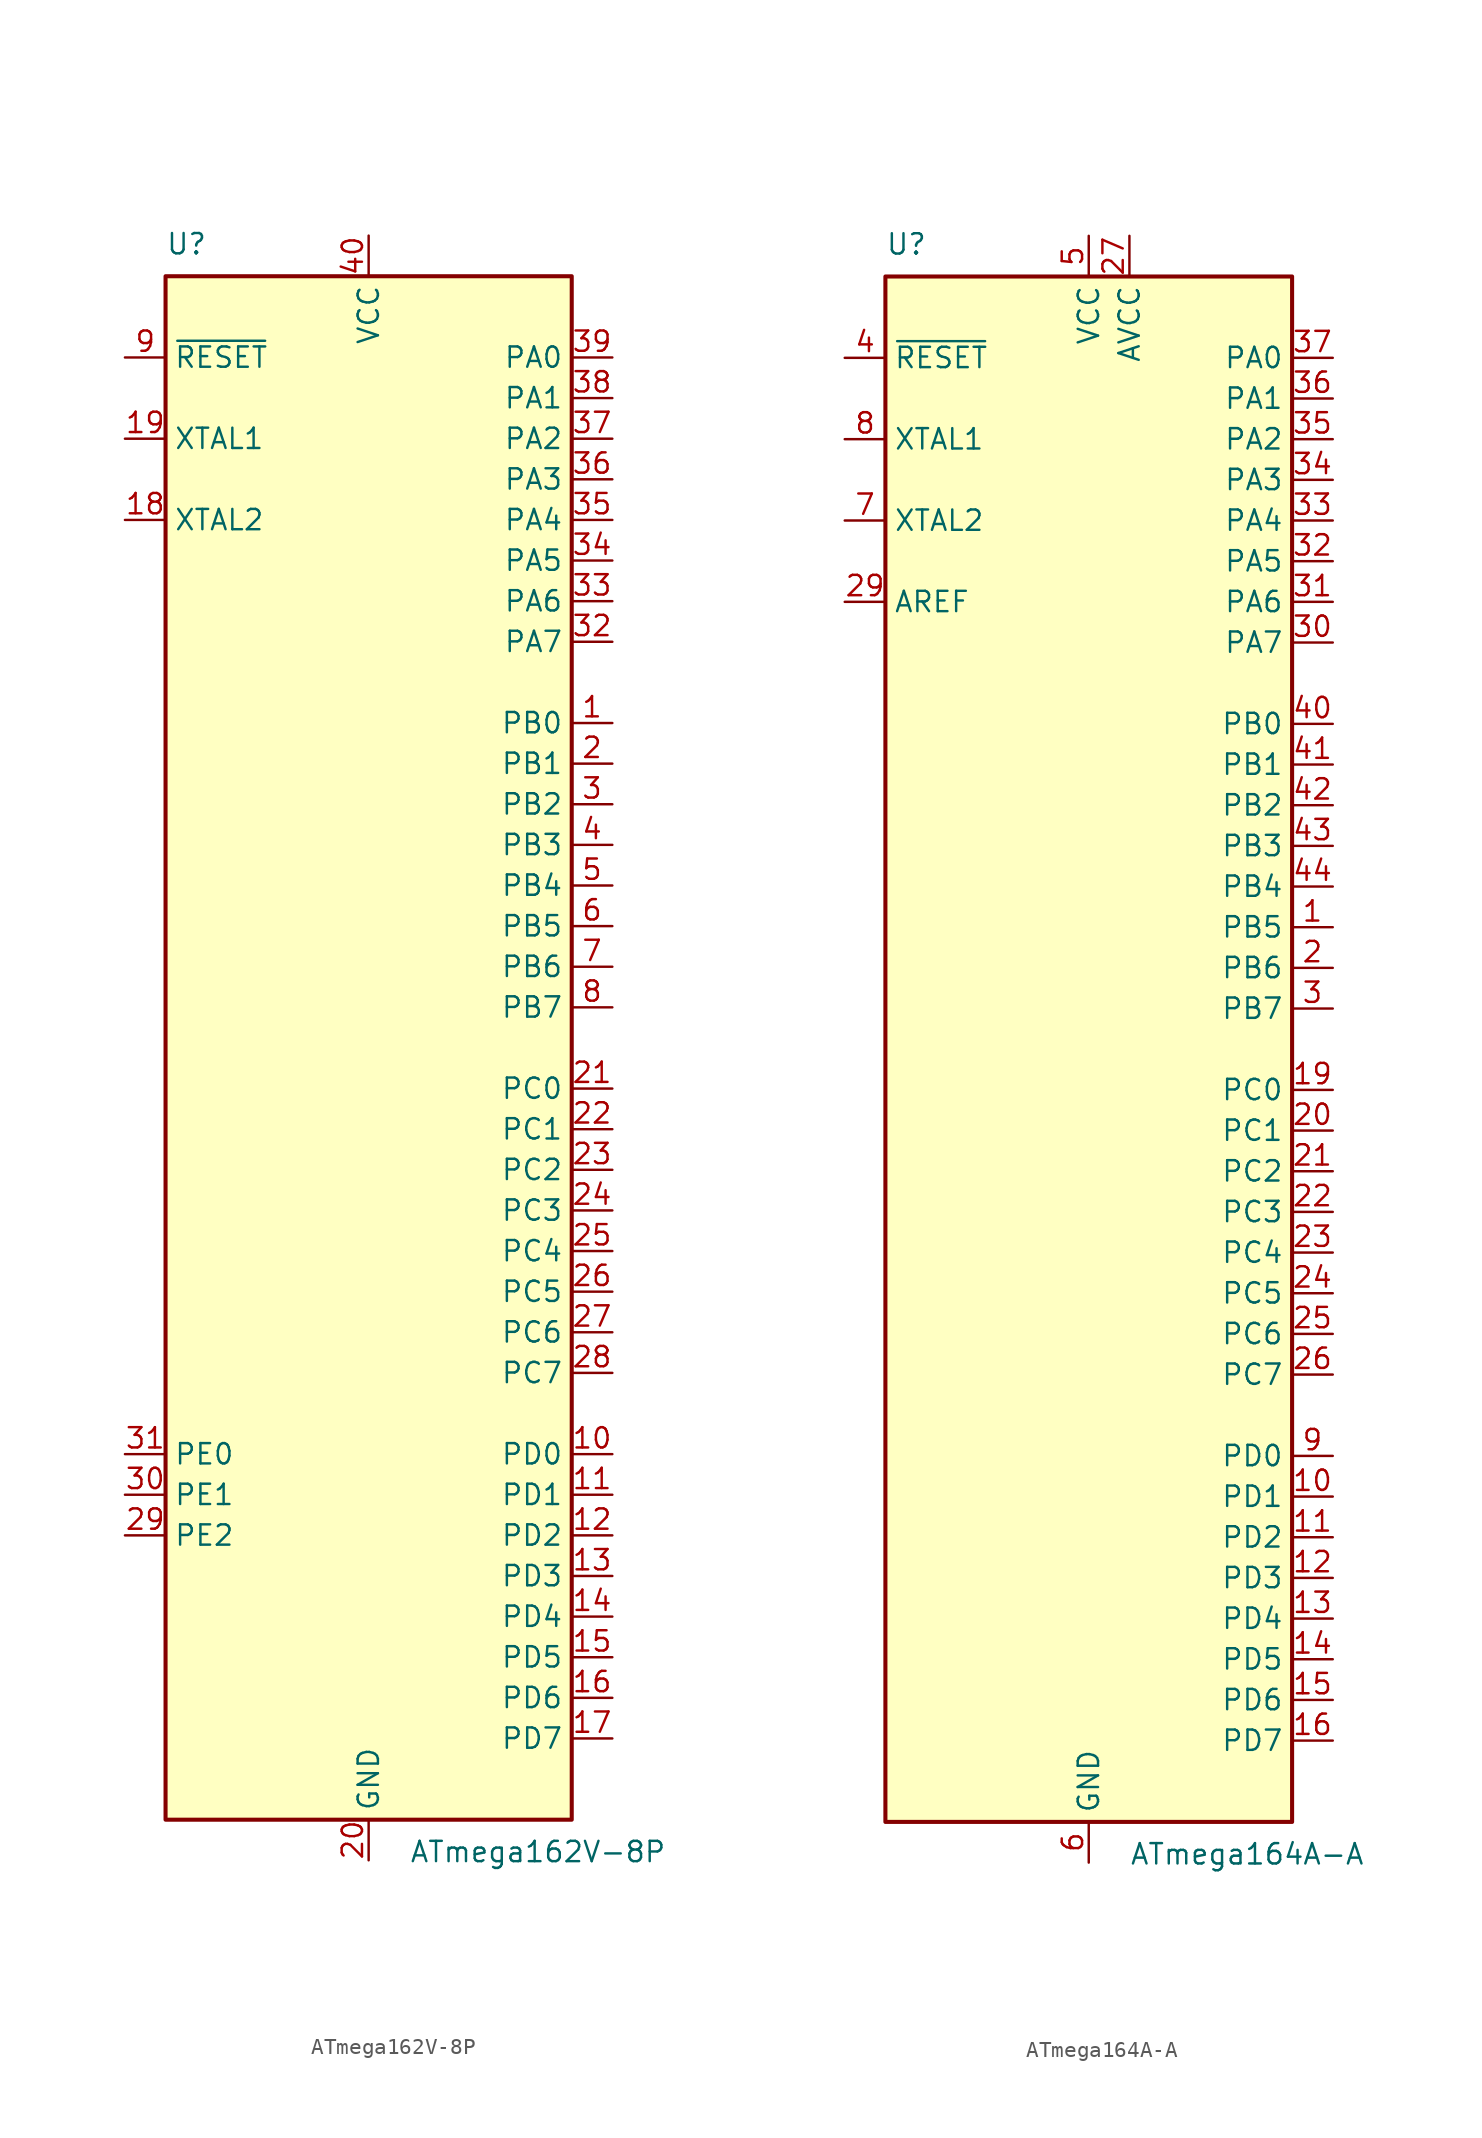
<source format=kicad_sym>
(kicad_symbol_lib
  (version 20201005)
  (generator kicad_symbol_editor)
  (symbol "MCU_Microchip_ATmega:ATmega162V-8P"
    (property "Reference" "U"
      (at -12.7 49.53 0)
      (effects (font (size 1.27 1.27)) (justify left bottom)))
    (property "Value" "ATmega162V-8P"
      (at 2.54 -49.53 0)
      (effects (font (size 1.27 1.27)) (justify left top)))
    (symbol "ATmega162V-8P_0_1"
      (rectangle (start -12.7 -48.26) (end 12.7 48.26) (stroke (width 0.254)) (fill (type background))))
    (symbol "ATmega162V-8P_1_1"
      (pin bidirectional line (at 15.24 20.32 180) (length 2.54) (name "PB0" (effects (font (size 1.27 1.27)))) (number "1" (effects (font (size 1.27 1.27)))))
      (pin bidirectional line (at 15.24 -25.4 180) (length 2.54) (name "PD0" (effects (font (size 1.27 1.27)))) (number "10" (effects (font (size 1.27 1.27)))))
      (pin bidirectional line (at 15.24 -27.94 180) (length 2.54) (name "PD1" (effects (font (size 1.27 1.27)))) (number "11" (effects (font (size 1.27 1.27)))))
      (pin bidirectional line (at 15.24 -30.48 180) (length 2.54) (name "PD2" (effects (font (size 1.27 1.27)))) (number "12" (effects (font (size 1.27 1.27)))))
      (pin bidirectional line (at 15.24 -33.02 180) (length 2.54) (name "PD3" (effects (font (size 1.27 1.27)))) (number "13" (effects (font (size 1.27 1.27)))))
      (pin bidirectional line (at 15.24 -35.56 180) (length 2.54) (name "PD4" (effects (font (size 1.27 1.27)))) (number "14" (effects (font (size 1.27 1.27)))))
      (pin bidirectional line (at 15.24 -38.1 180) (length 2.54) (name "PD5" (effects (font (size 1.27 1.27)))) (number "15" (effects (font (size 1.27 1.27)))))
      (pin bidirectional line (at 15.24 -40.64 180) (length 2.54) (name "PD6" (effects (font (size 1.27 1.27)))) (number "16" (effects (font (size 1.27 1.27)))))
      (pin bidirectional line (at 15.24 -43.18 180) (length 2.54) (name "PD7" (effects (font (size 1.27 1.27)))) (number "17" (effects (font (size 1.27 1.27)))))
      (pin output line (at -15.24 33.02 0) (length 2.54) (name "XTAL2" (effects (font (size 1.27 1.27)))) (number "18" (effects (font (size 1.27 1.27)))))
      (pin input line (at -15.24 38.1 0) (length 2.54) (name "XTAL1" (effects (font (size 1.27 1.27)))) (number "19" (effects (font (size 1.27 1.27)))))
      (pin bidirectional line (at 15.24 17.78 180) (length 2.54) (name "PB1" (effects (font (size 1.27 1.27)))) (number "2" (effects (font (size 1.27 1.27)))))
      (pin power_in line (at 0 -50.8 90) (length 2.54) (name "GND" (effects (font (size 1.27 1.27)))) (number "20" (effects (font (size 1.27 1.27)))))
      (pin bidirectional line (at 15.24 -2.54 180) (length 2.54) (name "PC0" (effects (font (size 1.27 1.27)))) (number "21" (effects (font (size 1.27 1.27)))))
      (pin bidirectional line (at 15.24 -5.08 180) (length 2.54) (name "PC1" (effects (font (size 1.27 1.27)))) (number "22" (effects (font (size 1.27 1.27)))))
      (pin bidirectional line (at 15.24 -7.62 180) (length 2.54) (name "PC2" (effects (font (size 1.27 1.27)))) (number "23" (effects (font (size 1.27 1.27)))))
      (pin bidirectional line (at 15.24 -10.16 180) (length 2.54) (name "PC3" (effects (font (size 1.27 1.27)))) (number "24" (effects (font (size 1.27 1.27)))))
      (pin bidirectional line (at 15.24 -12.7 180) (length 2.54) (name "PC4" (effects (font (size 1.27 1.27)))) (number "25" (effects (font (size 1.27 1.27)))))
      (pin bidirectional line (at 15.24 -15.24 180) (length 2.54) (name "PC5" (effects (font (size 1.27 1.27)))) (number "26" (effects (font (size 1.27 1.27)))))
      (pin bidirectional line (at 15.24 -17.78 180) (length 2.54) (name "PC6" (effects (font (size 1.27 1.27)))) (number "27" (effects (font (size 1.27 1.27)))))
      (pin bidirectional line (at 15.24 -20.32 180) (length 2.54) (name "PC7" (effects (font (size 1.27 1.27)))) (number "28" (effects (font (size 1.27 1.27)))))
      (pin bidirectional line (at -15.24 -30.48 0) (length 2.54) (name "PE2" (effects (font (size 1.27 1.27)))) (number "29" (effects (font (size 1.27 1.27)))))
      (pin bidirectional line (at 15.24 15.24 180) (length 2.54) (name "PB2" (effects (font (size 1.27 1.27)))) (number "3" (effects (font (size 1.27 1.27)))))
      (pin bidirectional line (at -15.24 -27.94 0) (length 2.54) (name "PE1" (effects (font (size 1.27 1.27)))) (number "30" (effects (font (size 1.27 1.27)))))
      (pin bidirectional line (at -15.24 -25.4 0) (length 2.54) (name "PE0" (effects (font (size 1.27 1.27)))) (number "31" (effects (font (size 1.27 1.27)))))
      (pin bidirectional line (at 15.24 25.4 180) (length 2.54) (name "PA7" (effects (font (size 1.27 1.27)))) (number "32" (effects (font (size 1.27 1.27)))))
      (pin bidirectional line (at 15.24 27.94 180) (length 2.54) (name "PA6" (effects (font (size 1.27 1.27)))) (number "33" (effects (font (size 1.27 1.27)))))
      (pin bidirectional line (at 15.24 30.48 180) (length 2.54) (name "PA5" (effects (font (size 1.27 1.27)))) (number "34" (effects (font (size 1.27 1.27)))))
      (pin bidirectional line (at 15.24 33.02 180) (length 2.54) (name "PA4" (effects (font (size 1.27 1.27)))) (number "35" (effects (font (size 1.27 1.27)))))
      (pin bidirectional line (at 15.24 35.56 180) (length 2.54) (name "PA3" (effects (font (size 1.27 1.27)))) (number "36" (effects (font (size 1.27 1.27)))))
      (pin bidirectional line (at 15.24 38.1 180) (length 2.54) (name "PA2" (effects (font (size 1.27 1.27)))) (number "37" (effects (font (size 1.27 1.27)))))
      (pin bidirectional line (at 15.24 40.64 180) (length 2.54) (name "PA1" (effects (font (size 1.27 1.27)))) (number "38" (effects (font (size 1.27 1.27)))))
      (pin bidirectional line (at 15.24 43.18 180) (length 2.54) (name "PA0" (effects (font (size 1.27 1.27)))) (number "39" (effects (font (size 1.27 1.27)))))
      (pin bidirectional line (at 15.24 12.7 180) (length 2.54) (name "PB3" (effects (font (size 1.27 1.27)))) (number "4" (effects (font (size 1.27 1.27)))))
      (pin power_in line (at 0 50.8 270) (length 2.54) (name "VCC" (effects (font (size 1.27 1.27)))) (number "40" (effects (font (size 1.27 1.27)))))
      (pin bidirectional line (at 15.24 10.16 180) (length 2.54) (name "PB4" (effects (font (size 1.27 1.27)))) (number "5" (effects (font (size 1.27 1.27)))))
      (pin bidirectional line (at 15.24 7.62 180) (length 2.54) (name "PB5" (effects (font (size 1.27 1.27)))) (number "6" (effects (font (size 1.27 1.27)))))
      (pin bidirectional line (at 15.24 5.08 180) (length 2.54) (name "PB6" (effects (font (size 1.27 1.27)))) (number "7" (effects (font (size 1.27 1.27)))))
      (pin bidirectional line (at 15.24 2.54 180) (length 2.54) (name "PB7" (effects (font (size 1.27 1.27)))) (number "8" (effects (font (size 1.27 1.27)))))
      (pin input line (at -15.24 43.18 0) (length 2.54) (name "~RESET" (effects (font (size 1.27 1.27)))) (number "9" (effects (font (size 1.27 1.27)))))))
  (symbol "MCU_Microchip_ATmega:ATmega164A-A"
    (property "Reference" "U"
      (at -12.7 49.53 0)
      (effects (font (size 1.27 1.27)) (justify left bottom)))
    (property "Value" "ATmega164A-A"
      (at 2.54 -49.53 0)
      (effects (font (size 1.27 1.27)) (justify left top)))
    (symbol "ATmega164A-A_0_1"
      (rectangle (start -12.7 -48.26) (end 12.7 48.26) (stroke (width 0.254)) (fill (type background))))
    (symbol "ATmega164A-A_1_1"
      (pin bidirectional line (at 15.24 7.62 180) (length 2.54) (name "PB5" (effects (font (size 1.27 1.27)))) (number "1" (effects (font (size 1.27 1.27)))))
      (pin bidirectional line (at 15.24 -27.94 180) (length 2.54) (name "PD1" (effects (font (size 1.27 1.27)))) (number "10" (effects (font (size 1.27 1.27)))))
      (pin bidirectional line (at 15.24 -30.48 180) (length 2.54) (name "PD2" (effects (font (size 1.27 1.27)))) (number "11" (effects (font (size 1.27 1.27)))))
      (pin bidirectional line (at 15.24 -33.02 180) (length 2.54) (name "PD3" (effects (font (size 1.27 1.27)))) (number "12" (effects (font (size 1.27 1.27)))))
      (pin bidirectional line (at 15.24 -35.56 180) (length 2.54) (name "PD4" (effects (font (size 1.27 1.27)))) (number "13" (effects (font (size 1.27 1.27)))))
      (pin bidirectional line (at 15.24 -38.1 180) (length 2.54) (name "PD5" (effects (font (size 1.27 1.27)))) (number "14" (effects (font (size 1.27 1.27)))))
      (pin bidirectional line (at 15.24 -40.64 180) (length 2.54) (name "PD6" (effects (font (size 1.27 1.27)))) (number "15" (effects (font (size 1.27 1.27)))))
      (pin bidirectional line (at 15.24 -43.18 180) (length 2.54) (name "PD7" (effects (font (size 1.27 1.27)))) (number "16" (effects (font (size 1.27 1.27)))))
      (pin passive line (at 0 50.8 270) (length 2.54) hide (name "VCC" (effects (font (size 1.27 1.27)))) (number "17" (effects (font (size 1.27 1.27)))))
      (pin passive line (at 0 -50.8 90) (length 2.54) hide (name "GND" (effects (font (size 1.27 1.27)))) (number "18" (effects (font (size 1.27 1.27)))))
      (pin bidirectional line (at 15.24 -2.54 180) (length 2.54) (name "PC0" (effects (font (size 1.27 1.27)))) (number "19" (effects (font (size 1.27 1.27)))))
      (pin bidirectional line (at 15.24 5.08 180) (length 2.54) (name "PB6" (effects (font (size 1.27 1.27)))) (number "2" (effects (font (size 1.27 1.27)))))
      (pin bidirectional line (at 15.24 -5.08 180) (length 2.54) (name "PC1" (effects (font (size 1.27 1.27)))) (number "20" (effects (font (size 1.27 1.27)))))
      (pin bidirectional line (at 15.24 -7.62 180) (length 2.54) (name "PC2" (effects (font (size 1.27 1.27)))) (number "21" (effects (font (size 1.27 1.27)))))
      (pin bidirectional line (at 15.24 -10.16 180) (length 2.54) (name "PC3" (effects (font (size 1.27 1.27)))) (number "22" (effects (font (size 1.27 1.27)))))
      (pin bidirectional line (at 15.24 -12.7 180) (length 2.54) (name "PC4" (effects (font (size 1.27 1.27)))) (number "23" (effects (font (size 1.27 1.27)))))
      (pin bidirectional line (at 15.24 -15.24 180) (length 2.54) (name "PC5" (effects (font (size 1.27 1.27)))) (number "24" (effects (font (size 1.27 1.27)))))
      (pin bidirectional line (at 15.24 -17.78 180) (length 2.54) (name "PC6" (effects (font (size 1.27 1.27)))) (number "25" (effects (font (size 1.27 1.27)))))
      (pin bidirectional line (at 15.24 -20.32 180) (length 2.54) (name "PC7" (effects (font (size 1.27 1.27)))) (number "26" (effects (font (size 1.27 1.27)))))
      (pin power_in line (at 2.54 50.8 270) (length 2.54) (name "AVCC" (effects (font (size 1.27 1.27)))) (number "27" (effects (font (size 1.27 1.27)))))
      (pin passive line (at 0 -50.8 90) (length 2.54) hide (name "GND" (effects (font (size 1.27 1.27)))) (number "28" (effects (font (size 1.27 1.27)))))
      (pin passive line (at -15.24 27.94 0) (length 2.54) (name "AREF" (effects (font (size 1.27 1.27)))) (number "29" (effects (font (size 1.27 1.27)))))
      (pin bidirectional line (at 15.24 2.54 180) (length 2.54) (name "PB7" (effects (font (size 1.27 1.27)))) (number "3" (effects (font (size 1.27 1.27)))))
      (pin bidirectional line (at 15.24 25.4 180) (length 2.54) (name "PA7" (effects (font (size 1.27 1.27)))) (number "30" (effects (font (size 1.27 1.27)))))
      (pin bidirectional line (at 15.24 27.94 180) (length 2.54) (name "PA6" (effects (font (size 1.27 1.27)))) (number "31" (effects (font (size 1.27 1.27)))))
      (pin bidirectional line (at 15.24 30.48 180) (length 2.54) (name "PA5" (effects (font (size 1.27 1.27)))) (number "32" (effects (font (size 1.27 1.27)))))
      (pin bidirectional line (at 15.24 33.02 180) (length 2.54) (name "PA4" (effects (font (size 1.27 1.27)))) (number "33" (effects (font (size 1.27 1.27)))))
      (pin bidirectional line (at 15.24 35.56 180) (length 2.54) (name "PA3" (effects (font (size 1.27 1.27)))) (number "34" (effects (font (size 1.27 1.27)))))
      (pin bidirectional line (at 15.24 38.1 180) (length 2.54) (name "PA2" (effects (font (size 1.27 1.27)))) (number "35" (effects (font (size 1.27 1.27)))))
      (pin bidirectional line (at 15.24 40.64 180) (length 2.54) (name "PA1" (effects (font (size 1.27 1.27)))) (number "36" (effects (font (size 1.27 1.27)))))
      (pin bidirectional line (at 15.24 43.18 180) (length 2.54) (name "PA0" (effects (font (size 1.27 1.27)))) (number "37" (effects (font (size 1.27 1.27)))))
      (pin passive line (at 0 50.8 270) (length 2.54) hide (name "VCC" (effects (font (size 1.27 1.27)))) (number "38" (effects (font (size 1.27 1.27)))))
      (pin passive line (at 0 -50.8 90) (length 2.54) hide (name "GND" (effects (font (size 1.27 1.27)))) (number "39" (effects (font (size 1.27 1.27)))))
      (pin input line (at -15.24 43.18 0) (length 2.54) (name "~RESET" (effects (font (size 1.27 1.27)))) (number "4" (effects (font (size 1.27 1.27)))))
      (pin bidirectional line (at 15.24 20.32 180) (length 2.54) (name "PB0" (effects (font (size 1.27 1.27)))) (number "40" (effects (font (size 1.27 1.27)))))
      (pin bidirectional line (at 15.24 17.78 180) (length 2.54) (name "PB1" (effects (font (size 1.27 1.27)))) (number "41" (effects (font (size 1.27 1.27)))))
      (pin bidirectional line (at 15.24 15.24 180) (length 2.54) (name "PB2" (effects (font (size 1.27 1.27)))) (number "42" (effects (font (size 1.27 1.27)))))
      (pin bidirectional line (at 15.24 12.7 180) (length 2.54) (name "PB3" (effects (font (size 1.27 1.27)))) (number "43" (effects (font (size 1.27 1.27)))))
      (pin bidirectional line (at 15.24 10.16 180) (length 2.54) (name "PB4" (effects (font (size 1.27 1.27)))) (number "44" (effects (font (size 1.27 1.27)))))
      (pin power_in line (at 0 50.8 270) (length 2.54) (name "VCC" (effects (font (size 1.27 1.27)))) (number "5" (effects (font (size 1.27 1.27)))))
      (pin power_in line (at 0 -50.8 90) (length 2.54) (name "GND" (effects (font (size 1.27 1.27)))) (number "6" (effects (font (size 1.27 1.27)))))
      (pin output line (at -15.24 33.02 0) (length 2.54) (name "XTAL2" (effects (font (size 1.27 1.27)))) (number "7" (effects (font (size 1.27 1.27)))))
      (pin input line (at -15.24 38.1 0) (length 2.54) (name "XTAL1" (effects (font (size 1.27 1.27)))) (number "8" (effects (font (size 1.27 1.27)))))
      (pin bidirectional line (at 15.24 -25.4 180) (length 2.54) (name "PD0" (effects (font (size 1.27 1.27)))) (number "9" (effects (font (size 1.27 1.27))))))))
</source>
